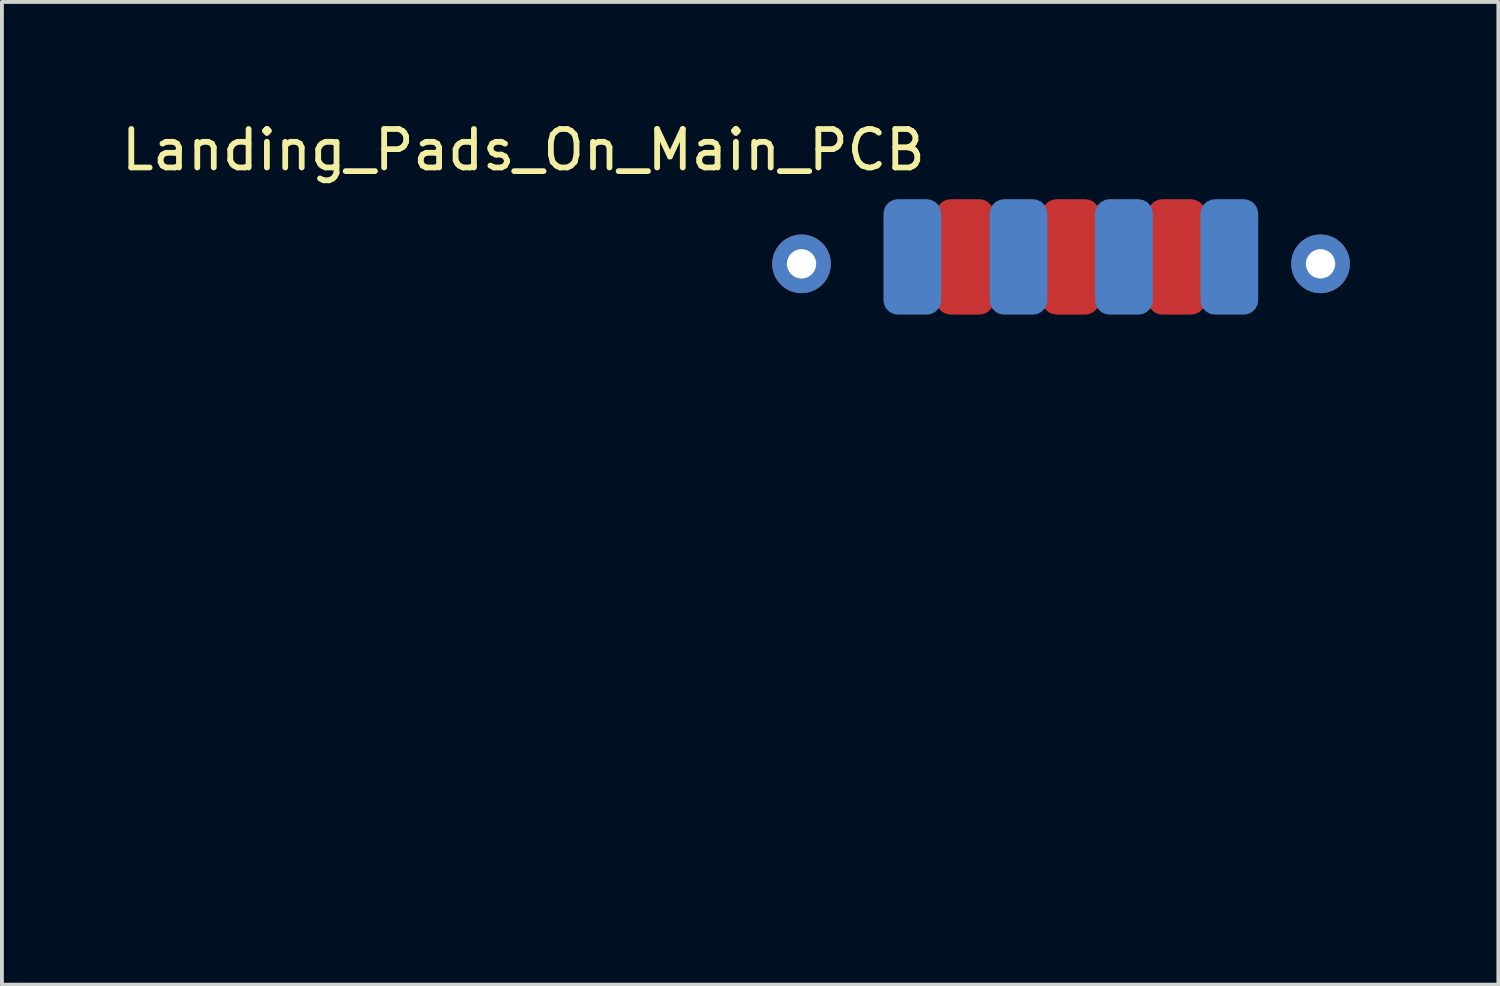
<source format=kicad_pcb>
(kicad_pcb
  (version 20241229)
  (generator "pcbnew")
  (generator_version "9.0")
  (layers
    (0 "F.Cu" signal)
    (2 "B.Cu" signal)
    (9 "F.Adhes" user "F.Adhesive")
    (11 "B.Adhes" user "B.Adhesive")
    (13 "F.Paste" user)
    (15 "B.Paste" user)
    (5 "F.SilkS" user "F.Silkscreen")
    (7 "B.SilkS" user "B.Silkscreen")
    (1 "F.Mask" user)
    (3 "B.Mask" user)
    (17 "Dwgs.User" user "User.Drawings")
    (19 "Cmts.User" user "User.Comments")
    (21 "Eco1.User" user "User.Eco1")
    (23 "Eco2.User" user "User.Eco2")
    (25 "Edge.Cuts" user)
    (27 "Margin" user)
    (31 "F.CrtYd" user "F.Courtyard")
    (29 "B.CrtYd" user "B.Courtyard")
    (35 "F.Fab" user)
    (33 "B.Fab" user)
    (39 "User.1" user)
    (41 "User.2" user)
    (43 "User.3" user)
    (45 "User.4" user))
  (footprint "Landing_Pads_On_Main_PCB"
    (layer "F.Cu")
    (at 17.494 10.778)
    (property "Reference" "Landing_Pads_On_Main_PCB" (at -6.94 -9.93 0) (layer "F.SilkS") (effects (font (size 1 1) (thickness 0.15))))
    (attr through_hole)
    (fp_poly (pts (xy -1.184 -6.956) (xy 1.598 -6.956) (xy 1.598 -7.124) (xy 2.93 -7.124) (xy 2.949 -7.037) (xy 2.951 -7.033) (xy 2.995 -6.971) (xy 3.063 -6.93) (xy 3.145 -6.911) (xy 3.232 -6.917) (xy 3.296 -6.94) (xy 3.348 -6.988) (xy 3.384 -7.059) (xy 3.4 -7.138) (xy 4.305 -7.138) (xy 4.322 -7.048) (xy 4.372 -6.975) (xy 4.445 -6.927) (xy 4.513 -6.904) (xy 4.573 -6.906) (xy 4.63 -6.926) (xy 4.706 -6.972) (xy 4.752 -7.038) (xy 4.771 -7.118) (xy 4.771 -7.118) (xy 5.678 -7.118) (xy 5.698 -7.043) (xy 5.743 -6.977) (xy 5.816 -6.927) (xy 5.817 -6.927) (xy 5.885 -6.904) (xy 5.944 -6.906) (xy 6.004 -6.926) (xy 6.079 -6.976) (xy 6.128 -7.047) (xy 6.15 -7.132) (xy 6.148 -7.146) (xy 7.055 -7.146) (xy 7.066 -7.067) (xy 7.101 -6.996) (xy 7.16 -6.942) (xy 7.187 -6.928) (xy 7.255 -6.905) (xy 7.314 -6.905) (xy 7.377 -6.926) (xy 7.456 -6.976) (xy 7.504 -7.049) (xy 7.52 -7.141) (xy 7.52 -7.142) (xy 7.513 -7.189) (xy 8.429 -7.189) (xy 8.429 -7.104) (xy 8.457 -7.025) (xy 8.51 -6.961) (xy 8.574 -6.924) (xy 8.635 -6.906) (xy 8.683 -6.905) (xy 8.735 -6.92) (xy 8.773 -6.936) (xy 8.828 -6.968) (xy 8.863 -7.012) (xy 8.883 -7.057) (xy 8.898 -7.103) (xy 9.801 -7.103) (xy 9.83 -7.021) (xy 9.848 -6.994) (xy 9.909 -6.942) (xy 9.988 -6.914) (xy 10.076 -6.913) (xy 10.161 -6.939) (xy 10.194 -6.959) (xy 10.247 -7.018) (xy 10.275 -7.094) (xy 10.275 -7.123) (xy 11.176 -7.123) (xy 11.179 -7.094) (xy 11.204 -7.032) (xy 11.249 -6.973) (xy 11.304 -6.928) (xy 11.342 -6.913) (xy 11.414 -6.909) (xy 11.494 -6.923) (xy 11.558 -6.949) (xy 11.559 -6.95) (xy 11.603 -6.996) (xy 11.638 -7.064) (xy 11.656 -7.138) (xy 11.656 -7.158) (xy 11.64 -7.229) (xy 11.598 -7.299) (xy 11.538 -7.353) (xy 11.523 -7.362) (xy 11.445 -7.383) (xy 11.358 -7.378) (xy 11.278 -7.347) (xy 11.263 -7.337) (xy 11.216 -7.281) (xy 11.185 -7.205) (xy 11.176 -7.123) (xy 10.275 -7.123) (xy 10.275 -7.176) (xy 10.251 -7.256) (xy 10.201 -7.324) (xy 10.173 -7.346) (xy 10.092 -7.382) (xy 10.012 -7.386) (xy 9.938 -7.363) (xy 9.875 -7.318) (xy 9.829 -7.256) (xy 9.802 -7.182) (xy 9.801 -7.103) (xy 8.898 -7.103) (xy 8.902 -7.115) (xy 8.905 -7.159) (xy 8.894 -7.211) (xy 8.89 -7.221) (xy 8.848 -7.3) (xy 8.784 -7.354) (xy 8.708 -7.382) (xy 8.627 -7.383) (xy 8.549 -7.357) (xy 8.482 -7.302) (xy 8.46 -7.27) (xy 8.429 -7.189) (xy 7.513 -7.189) (xy 7.504 -7.239) (xy 7.46 -7.315) (xy 7.392 -7.365) (xy 7.305 -7.387) (xy 7.234 -7.382) (xy 7.157 -7.351) (xy 7.101 -7.296) (xy 7.067 -7.225) (xy 7.055 -7.146) (xy 6.148 -7.146) (xy 6.141 -7.223) (xy 6.121 -7.274) (xy 6.077 -7.325) (xy 6.01 -7.366) (xy 5.936 -7.387) (xy 5.913 -7.389) (xy 5.826 -7.373) (xy 5.758 -7.331) (xy 5.71 -7.27) (xy 5.683 -7.196) (xy 5.678 -7.118) (xy 4.771 -7.118) (xy 4.766 -7.214) (xy 4.732 -7.293) (xy 4.673 -7.35) (xy 4.596 -7.381) (xy 4.506 -7.384) (xy 4.428 -7.362) (xy 4.363 -7.315) (xy 4.321 -7.242) (xy 4.305 -7.145) (xy 4.305 -7.138) (xy 3.4 -7.138) (xy 3.4 -7.14) (xy 3.393 -7.22) (xy 3.379 -7.257) (xy 3.337 -7.309) (xy 3.275 -7.355) (xy 3.209 -7.384) (xy 3.174 -7.389) (xy 3.092 -7.375) (xy 3.017 -7.338) (xy 2.964 -7.287) (xy 2.935 -7.213) (xy 2.93 -7.124) (xy 1.598 -7.124) (xy 1.598 -8.742) (xy 12.991 -8.742) (xy 12.991 -6.956) (xy 15.398 -6.956) (xy 15.398 8.761) (xy -15.398 8.761) (xy -15.398 5.675) (xy -5.358 5.675) (xy -5.346 5.801) (xy -5.327 5.876) (xy -5.281 5.965) (xy -5.211 6.051) (xy -5.127 6.124) (xy -5.04 6.171) (xy -5.038 6.172) (xy -4.934 6.195) (xy -4.816 6.202) (xy -4.702 6.191) (xy -4.64 6.175) (xy -4.526 6.117) (xy -4.432 6.033) (xy -4.361 5.928) (xy -4.316 5.808) (xy -4.299 5.681) (xy -3.07 5.681) (xy -3.053 5.815) (xy -3.005 5.937) (xy -2.93 6.044) (xy -2.833 6.127) (xy -2.738 6.174) (xy -2.64 6.196) (xy -2.527 6.202) (xy -2.416 6.192) (xy -2.346 6.175) (xy -2.236 6.119) (xy -2.14 6.034) (xy -2.068 5.929) (xy -2.044 5.877) (xy -2.03 5.825) (xy -2.023 5.762) (xy -2.022 5.716) (xy -0.782 5.716) (xy -0.758 5.84) (xy -0.703 5.958) (xy -0.618 6.063) (xy -0.58 6.096) (xy -0.485 6.156) (xy -0.377 6.191) (xy -0.247 6.203) (xy -0.241 6.203) (xy -0.164 6.201) (xy -0.101 6.188) (xy -0.034 6.161) (xy 0.003 6.143) (xy 0.114 6.067) (xy 0.197 5.971) (xy 0.252 5.861) (xy 0.28 5.743) (xy 0.28 5.679) (xy 1.509 5.679) (xy 1.525 5.806) (xy 1.57 5.925) (xy 1.642 6.03) (xy 1.738 6.117) (xy 1.859 6.18) (xy 1.88 6.188) (xy 1.947 6.199) (xy 2.035 6.2) (xy 2.131 6.191) (xy 2.219 6.175) (xy 2.286 6.152) (xy 2.287 6.152) (xy 2.398 6.075) (xy 2.487 5.974) (xy 2.527 5.904) (xy 2.555 5.813) (xy 2.567 5.706) (xy 2.567 5.678) (xy 3.807 5.678) (xy 3.809 5.762) (xy 3.815 5.821) (xy 3.829 5.871) (xy 3.854 5.922) (xy 3.862 5.936) (xy 3.929 6.033) (xy 4.017 6.109) (xy 4.122 6.168) (xy 4.205 6.192) (xy 4.307 6.201) (xy 4.416 6.196) (xy 4.517 6.176) (xy 4.579 6.152) (xy 4.663 6.095) (xy 4.743 6.014) (xy 4.806 5.926) (xy 4.825 5.89) (xy 4.849 5.804) (xy 4.859 5.698) (xy 4.854 5.589) (xy 4.835 5.49) (xy 4.82 5.451) (xy 4.746 5.332) (xy 4.648 5.24) (xy 4.528 5.179) (xy 4.391 5.149) (xy 4.334 5.146) (xy 4.188 5.161) (xy 4.062 5.209) (xy 3.956 5.288) (xy 3.872 5.397) (xy 3.858 5.422) (xy 3.832 5.477) (xy 3.817 5.53) (xy 3.809 5.592) (xy 3.807 5.678) (xy 2.567 5.678) (xy 2.564 5.595) (xy 2.546 5.496) (xy 2.525 5.441) (xy 2.458 5.336) (xy 2.382 5.258) (xy 2.286 5.198) (xy 2.282 5.196) (xy 2.162 5.156) (xy 2.034 5.144) (xy 1.907 5.159) (xy 1.788 5.199) (xy 1.687 5.264) (xy 1.643 5.308) (xy 1.566 5.424) (xy 1.522 5.55) (xy 1.509 5.679) (xy 0.28 5.679) (xy 0.281 5.621) (xy 0.255 5.502) (xy 0.202 5.39) (xy 0.123 5.291) (xy 0.017 5.21) (xy -0.037 5.183) (xy -0.143 5.152) (xy -0.264 5.144) (xy -0.385 5.159) (xy -0.477 5.19) (xy -0.593 5.263) (xy -0.682 5.359) (xy -0.744 5.47) (xy -0.777 5.591) (xy -0.782 5.716) (xy -2.022 5.716) (xy -2.021 5.675) (xy -2.021 5.668) (xy -2.022 5.583) (xy -2.028 5.523) (xy -2.04 5.477) (xy -2.061 5.433) (xy -2.071 5.415) (xy -2.159 5.298) (xy -2.265 5.214) (xy -2.39 5.163) (xy -2.532 5.145) (xy -2.538 5.145) (xy -2.679 5.162) (xy -2.804 5.21) (xy -2.909 5.287) (xy -2.991 5.389) (xy -3.045 5.511) (xy -3.069 5.651) (xy -3.07 5.681) (xy -4.299 5.681) (xy -4.299 5.679) (xy -4.312 5.549) (xy -4.342 5.46) (xy -4.41 5.344) (xy -4.499 5.255) (xy -4.605 5.192) (xy -4.721 5.155) (xy -4.843 5.144) (xy -4.964 5.16) (xy -5.079 5.202) (xy -5.182 5.27) (xy -5.269 5.366) (xy -5.313 5.443) (xy -5.347 5.551) (xy -5.358 5.675) (xy -15.398 5.675) (xy -15.398 3.62) (xy -13.627 3.62) (xy -13.624 3.811) (xy -13.589 3.999) (xy -13.521 4.18) (xy -13.422 4.35) (xy -13.328 4.465) (xy -13.173 4.604) (xy -13.002 4.71) (xy -12.818 4.783) (xy -12.624 4.821) (xy -12.424 4.824) (xy -12.221 4.791) (xy -12.122 4.761) (xy -11.933 4.677) (xy -11.767 4.564) (xy -11.626 4.424) (xy -11.511 4.258) (xy -11.425 4.067) (xy -11.401 3.995) (xy -11.379 3.887) (xy -11.369 3.757) (xy -11.369 3.694) (xy -6.505 3.694) (xy -6.488 3.833) (xy -6.44 3.956) (xy -6.366 4.06) (xy -6.27 4.141) (xy -6.158 4.198) (xy -6.033 4.226) (xy -5.901 4.223) (xy -5.787 4.193) (xy -5.659 4.128) (xy -5.56 4.038) (xy -5.491 3.927) (xy -5.453 3.795) (xy -5.449 3.729) (xy -4.204 3.729) (xy -4.195 3.831) (xy -4.175 3.915) (xy -4.165 3.938) (xy -4.091 4.047) (xy -3.993 4.132) (xy -3.876 4.192) (xy -3.749 4.224) (xy -3.617 4.224) (xy -3.499 4.195) (xy -3.382 4.137) (xy -3.293 4.061) (xy -3.223 3.958) (xy -3.216 3.943) (xy -3.171 3.818) (xy -3.158 3.687) (xy -3.16 3.668) (xy -1.931 3.668) (xy -1.923 3.793) (xy -1.886 3.91) (xy -1.825 4.014) (xy -1.742 4.102) (xy -1.641 4.169) (xy -1.524 4.212) (xy -1.395 4.227) (xy -1.257 4.21) (xy -1.228 4.202) (xy -1.134 4.159) (xy -1.041 4.091) (xy -0.96 4.008) (xy -0.916 3.941) (xy -0.888 3.861) (xy -0.873 3.759) (xy -0.873 3.714) (xy 0.362 3.714) (xy 0.383 3.84) (xy 0.439 3.972) (xy 0.521 4.078) (xy 0.624 4.158) (xy 0.745 4.208) (xy 0.88 4.227) (xy 1.023 4.213) (xy 1.071 4.2) (xy 1.182 4.149) (xy 1.279 4.067) (xy 1.355 3.964) (xy 1.406 3.844) (xy 1.428 3.716) (xy 1.429 3.694) (xy 2.651 3.694) (xy 2.657 3.759) (xy 2.671 3.836) (xy 2.681 3.872) (xy 2.725 3.968) (xy 2.797 4.061) (xy 2.885 4.139) (xy 2.979 4.193) (xy 3.001 4.201) (xy 3.112 4.222) (xy 3.232 4.222) (xy 3.348 4.202) (xy 3.422 4.175) (xy 3.53 4.107) (xy 3.611 4.022) (xy 3.662 3.939) (xy 3.689 3.881) (xy 3.704 3.825) (xy 3.71 3.757) (xy 3.711 3.694) (xy 3.711 3.673) (xy 11.36 3.673) (xy 11.362 3.737) (xy 11.371 3.813) (xy 11.38 3.869) (xy 11.43 4.071) (xy 11.512 4.254) (xy 11.621 4.416) (xy 11.754 4.555) (xy 11.909 4.667) (xy 12.083 4.751) (xy 12.273 4.805) (xy 12.475 4.824) (xy 12.55 4.823) (xy 12.645 4.814) (xy 12.744 4.799) (xy 12.828 4.781) (xy 12.841 4.777) (xy 13.024 4.701) (xy 13.19 4.593) (xy 13.335 4.457) (xy 13.458 4.294) (xy 13.554 4.107) (xy 13.571 4.066) (xy 13.592 4.005) (xy 13.606 3.95) (xy 13.614 3.889) (xy 13.618 3.811) (xy 13.62 3.706) (xy 13.62 3.704) (xy 13.619 3.596) (xy 13.616 3.515) (xy 13.607 3.451) (xy 13.593 3.392) (xy 13.578 3.344) (xy 13.492 3.15) (xy 13.377 2.979) (xy 13.235 2.834) (xy 13.067 2.715) (xy 12.875 2.625) (xy 12.857 2.618) (xy 12.711 2.581) (xy 12.547 2.565) (xy 12.378 2.57) (xy 12.219 2.595) (xy 12.164 2.61) (xy 11.973 2.688) (xy 11.804 2.796) (xy 11.658 2.931) (xy 11.539 3.089) (xy 11.448 3.269) (xy 11.389 3.468) (xy 11.38 3.515) (xy 11.366 3.604) (xy 11.36 3.673) (xy 3.711 3.673) (xy 3.709 3.609) (xy 3.7 3.546) (xy 3.682 3.491) (xy 3.662 3.45) (xy 3.581 3.333) (xy 3.477 3.244) (xy 3.352 3.187) (xy 3.234 3.164) (xy 3.095 3.168) (xy 2.968 3.206) (xy 2.856 3.273) (xy 2.764 3.364) (xy 2.697 3.476) (xy 2.658 3.605) (xy 2.651 3.694) (xy 1.429 3.694) (xy 1.412 3.562) (xy 1.363 3.439) (xy 1.288 3.332) (xy 1.191 3.247) (xy 1.076 3.19) (xy 1.061 3.186) (xy 0.923 3.162) (xy 0.791 3.172) (xy 0.67 3.211) (xy 0.564 3.276) (xy 0.476 3.362) (xy 0.411 3.466) (xy 0.371 3.584) (xy 0.362 3.714) (xy -0.873 3.714) (xy -0.872 3.65) (xy -0.884 3.545) (xy -0.91 3.46) (xy -0.916 3.448) (xy -0.993 3.341) (xy -1.097 3.254) (xy -1.218 3.193) (xy -1.349 3.162) (xy -1.404 3.159) (xy -1.525 3.175) (xy -1.643 3.222) (xy -1.749 3.292) (xy -1.832 3.381) (xy -1.851 3.41) (xy -1.908 3.539) (xy -1.931 3.668) (xy -3.16 3.668) (xy -3.173 3.557) (xy -3.216 3.437) (xy -3.285 3.333) (xy -3.352 3.271) (xy -3.472 3.204) (xy -3.6 3.169) (xy -3.73 3.165) (xy -3.857 3.19) (xy -3.974 3.244) (xy -4.075 3.324) (xy -4.154 3.429) (xy -4.166 3.452) (xy -4.189 3.526) (xy -4.202 3.623) (xy -4.204 3.729) (xy -5.449 3.729) (xy -5.446 3.694) (xy -5.449 3.607) (xy -5.462 3.539) (xy -5.488 3.471) (xy -5.497 3.452) (xy -5.571 3.341) (xy -5.668 3.255) (xy -5.78 3.196) (xy -5.903 3.165) (xy -6.031 3.164) (xy -6.156 3.193) (xy -6.274 3.254) (xy -6.326 3.294) (xy -6.418 3.395) (xy -6.476 3.508) (xy -6.503 3.639) (xy -6.505 3.694) (xy -11.369 3.694) (xy -11.369 3.621) (xy -11.381 3.492) (xy -11.401 3.394) (xy -11.469 3.216) (xy -11.564 3.051) (xy -11.679 2.905) (xy -11.811 2.786) (xy -11.85 2.758) (xy -12.03 2.659) (xy -12.219 2.595) (xy -12.413 2.564) (xy -12.608 2.567) (xy -12.798 2.602) (xy -12.98 2.669) (xy -13.15 2.769) (xy -13.303 2.899) (xy -13.318 2.914) (xy -13.443 3.073) (xy -13.536 3.247) (xy -13.598 3.43) (xy -13.627 3.62) (xy -15.398 3.62) (xy -15.398 1.728) (xy -5.358 1.728) (xy -5.341 1.864) (xy -5.293 1.984) (xy -5.219 2.085) (xy -5.124 2.164) (xy -5.012 2.219) (xy -4.888 2.245) (xy -4.756 2.241) (xy -4.622 2.204) (xy -4.606 2.198) (xy -4.494 2.129) (xy -4.407 2.038) (xy -4.345 1.929) (xy -4.309 1.809) (xy -4.302 1.708) (xy -3.07 1.708) (xy -3.053 1.848) (xy -3.006 1.972) (xy -2.933 2.076) (xy -2.838 2.159) (xy -2.726 2.216) (xy -2.601 2.245) (xy -2.469 2.242) (xy -2.333 2.206) (xy -2.313 2.198) (xy -2.195 2.127) (xy -2.106 2.032) (xy -2.046 1.914) (xy -2.017 1.776) (xy -2.016 1.763) (xy -2.016 1.72) (xy -0.779 1.72) (xy -0.762 1.857) (xy -0.714 1.979) (xy -0.64 2.081) (xy -0.545 2.162) (xy -0.433 2.218) (xy -0.31 2.247) (xy -0.179 2.245) (xy -0.045 2.209) (xy -0.027 2.201) (xy 0.09 2.13) (xy 0.182 2.033) (xy 0.245 1.914) (xy 0.277 1.78) (xy 0.278 1.758) (xy 0.278 1.746) (xy 1.508 1.746) (xy 1.532 1.874) (xy 1.587 2) (xy 1.669 2.102) (xy 1.771 2.179) (xy 1.889 2.228) (xy 2.018 2.247) (xy 2.152 2.234) (xy 2.288 2.188) (xy 2.382 2.13) (xy 2.459 2.053) (xy 2.525 1.948) (xy 2.554 1.864) (xy 2.567 1.76) (xy 2.566 1.711) (xy 3.807 1.711) (xy 3.809 1.797) (xy 3.817 1.859) (xy 3.832 1.912) (xy 3.858 1.967) (xy 3.937 2.078) (xy 4.038 2.163) (xy 4.156 2.22) (xy 4.286 2.247) (xy 4.421 2.242) (xy 4.556 2.203) (xy 4.561 2.2) (xy 4.653 2.144) (xy 4.739 2.061) (xy 4.806 1.965) (xy 4.82 1.938) (xy 4.846 1.851) (xy 4.858 1.746) (xy 4.856 1.636) (xy 4.839 1.538) (xy 4.825 1.499) (xy 4.772 1.411) (xy 4.697 1.326) (xy 4.614 1.257) (xy 4.579 1.237) (xy 4.497 1.208) (xy 4.395 1.191) (xy 4.289 1.187) (xy 4.194 1.198) (xy 4.18 1.201) (xy 4.065 1.251) (xy 3.96 1.329) (xy 3.878 1.428) (xy 3.866 1.448) (xy 3.836 1.504) (xy 3.819 1.551) (xy 3.81 1.605) (xy 3.808 1.677) (xy 3.807 1.711) (xy 2.566 1.711) (xy 2.565 1.649) (xy 2.547 1.545) (xy 2.526 1.485) (xy 2.454 1.374) (xy 2.356 1.28) (xy 2.285 1.235) (xy 2.238 1.214) (xy 2.186 1.201) (xy 2.117 1.195) (xy 2.04 1.194) (xy 1.922 1.2) (xy 1.829 1.22) (xy 1.751 1.26) (xy 1.677 1.323) (xy 1.638 1.365) (xy 1.559 1.481) (xy 1.516 1.609) (xy 1.508 1.746) (xy 0.278 1.746) (xy 0.272 1.61) (xy 0.233 1.481) (xy 0.163 1.37) (xy 0.062 1.281) (xy 0.003 1.246) (xy -0.13 1.196) (xy -0.261 1.181) (xy -0.388 1.198) (xy -0.504 1.243) (xy -0.605 1.315) (xy -0.687 1.41) (xy -0.746 1.525) (xy -0.776 1.659) (xy -0.779 1.72) (xy -2.016 1.72) (xy -2.017 1.63) (xy -2.044 1.517) (xy -2.099 1.412) (xy -2.121 1.381) (xy -2.215 1.287) (xy -2.328 1.224) (xy -2.463 1.192) (xy -2.504 1.188) (xy -2.648 1.196) (xy -2.777 1.235) (xy -2.887 1.303) (xy -2.974 1.396) (xy -3.035 1.511) (xy -3.067 1.644) (xy -3.07 1.708) (xy -4.302 1.708) (xy -4.3 1.684) (xy -4.319 1.561) (xy -4.367 1.444) (xy -4.444 1.34) (xy -4.478 1.308) (xy -4.59 1.236) (xy -4.715 1.194) (xy -4.847 1.183) (xy -4.977 1.202) (xy -5.099 1.251) (xy -5.205 1.33) (xy -5.209 1.334) (xy -5.287 1.433) (xy -5.336 1.545) (xy -5.357 1.678) (xy -5.358 1.728) (xy -15.398 1.728) (xy -15.398 -3.478) (xy -11.995 -3.478) (xy -11.995 -2.012) (xy -11.619 -2.012) (xy -11.619 -3.478) (xy -6.486 -3.478) (xy -6.486 -2.012) (xy -6.11 -2.012) (xy -6.11 -3.478) (xy -6.486 -3.478) (xy -11.619 -3.478) (xy -11.995 -3.478) (xy -15.398 -3.478) (xy -15.398 -5.49) (xy -14.401 -5.49) (xy -14.401 -4.005) (xy -14.007 -4.005) (xy -14.007 -5.49) (xy -8.291 -5.49) (xy -8.291 -4.005) (xy -7.915 -4.005) (xy -7.915 -5.49) (xy -2.783 -5.49) (xy -2.783 -4.005) (xy -2.407 -4.005) (xy -2.407 -5.49) (xy -2.783 -5.49) (xy -7.915 -5.49) (xy -8.291 -5.49) (xy -14.007 -5.49) (xy -14.401 -5.49) (xy -15.398 -5.49) (xy -15.398 -8.742) (xy -1.184 -8.742) (xy -1.184 -6.956)) (stroke (width 0.01) (type solid)) (fill no) (layer "Eco1.User"))
    (pad "1" smd roundrect (at 5.93 -7.15) (size 1.5 3) (layers "B.Cu" "B.Mask" "B.Paste") (roundrect_rratio 0.25))
    (pad "2" smd roundrect (at 8.67 -7.15) (size 1.5 3) (layers "B.Cu" "B.Mask" "B.Paste") (roundrect_rratio 0.25))
    (pad "3" smd roundrect (at 3.17 -7.15) (size 1.5 3) (layers "B.Cu" "B.Mask" "B.Paste") (roundrect_rratio 0.25))
    (pad "4" thru_hole circle (at 0.29 -6.97) (size 1.524 1.524) (drill 0.762) (layers "*.Cu" "*.Mask"))
    (pad "4" thru_hole circle (at 13.78 -6.97) (size 1.524 1.524) (drill 0.762) (layers "*.Cu" "*.Mask"))
    (pad "5" smd roundrect (at 11.41 -7.15) (size 1.5 3) (layers "B.Cu" "B.Mask" "B.Paste") (roundrect_rratio 0.25))
    (pad "6" smd roundrect (at 10.04 -7.15) (size 1.5 3) (layers "F.Cu" "F.Mask" "F.Paste") (roundrect_rratio 0.25))
    (pad "7" smd roundrect (at 7.29 -7.15) (size 1.5 3) (layers "F.Cu" "F.Mask" "F.Paste") (roundrect_rratio 0.25))
    (pad "8" smd roundrect (at 4.54 -7.15) (size 1.5 3) (layers "F.Cu" "F.Mask" "F.Paste") (roundrect_rratio 0.25)))
  (gr_rect
    (start -3 -3)
    (end 35.896 22.544)
    (stroke (width 0.1) (type default))
    (fill no)
    (layer "Edge.Cuts")))
</source>
